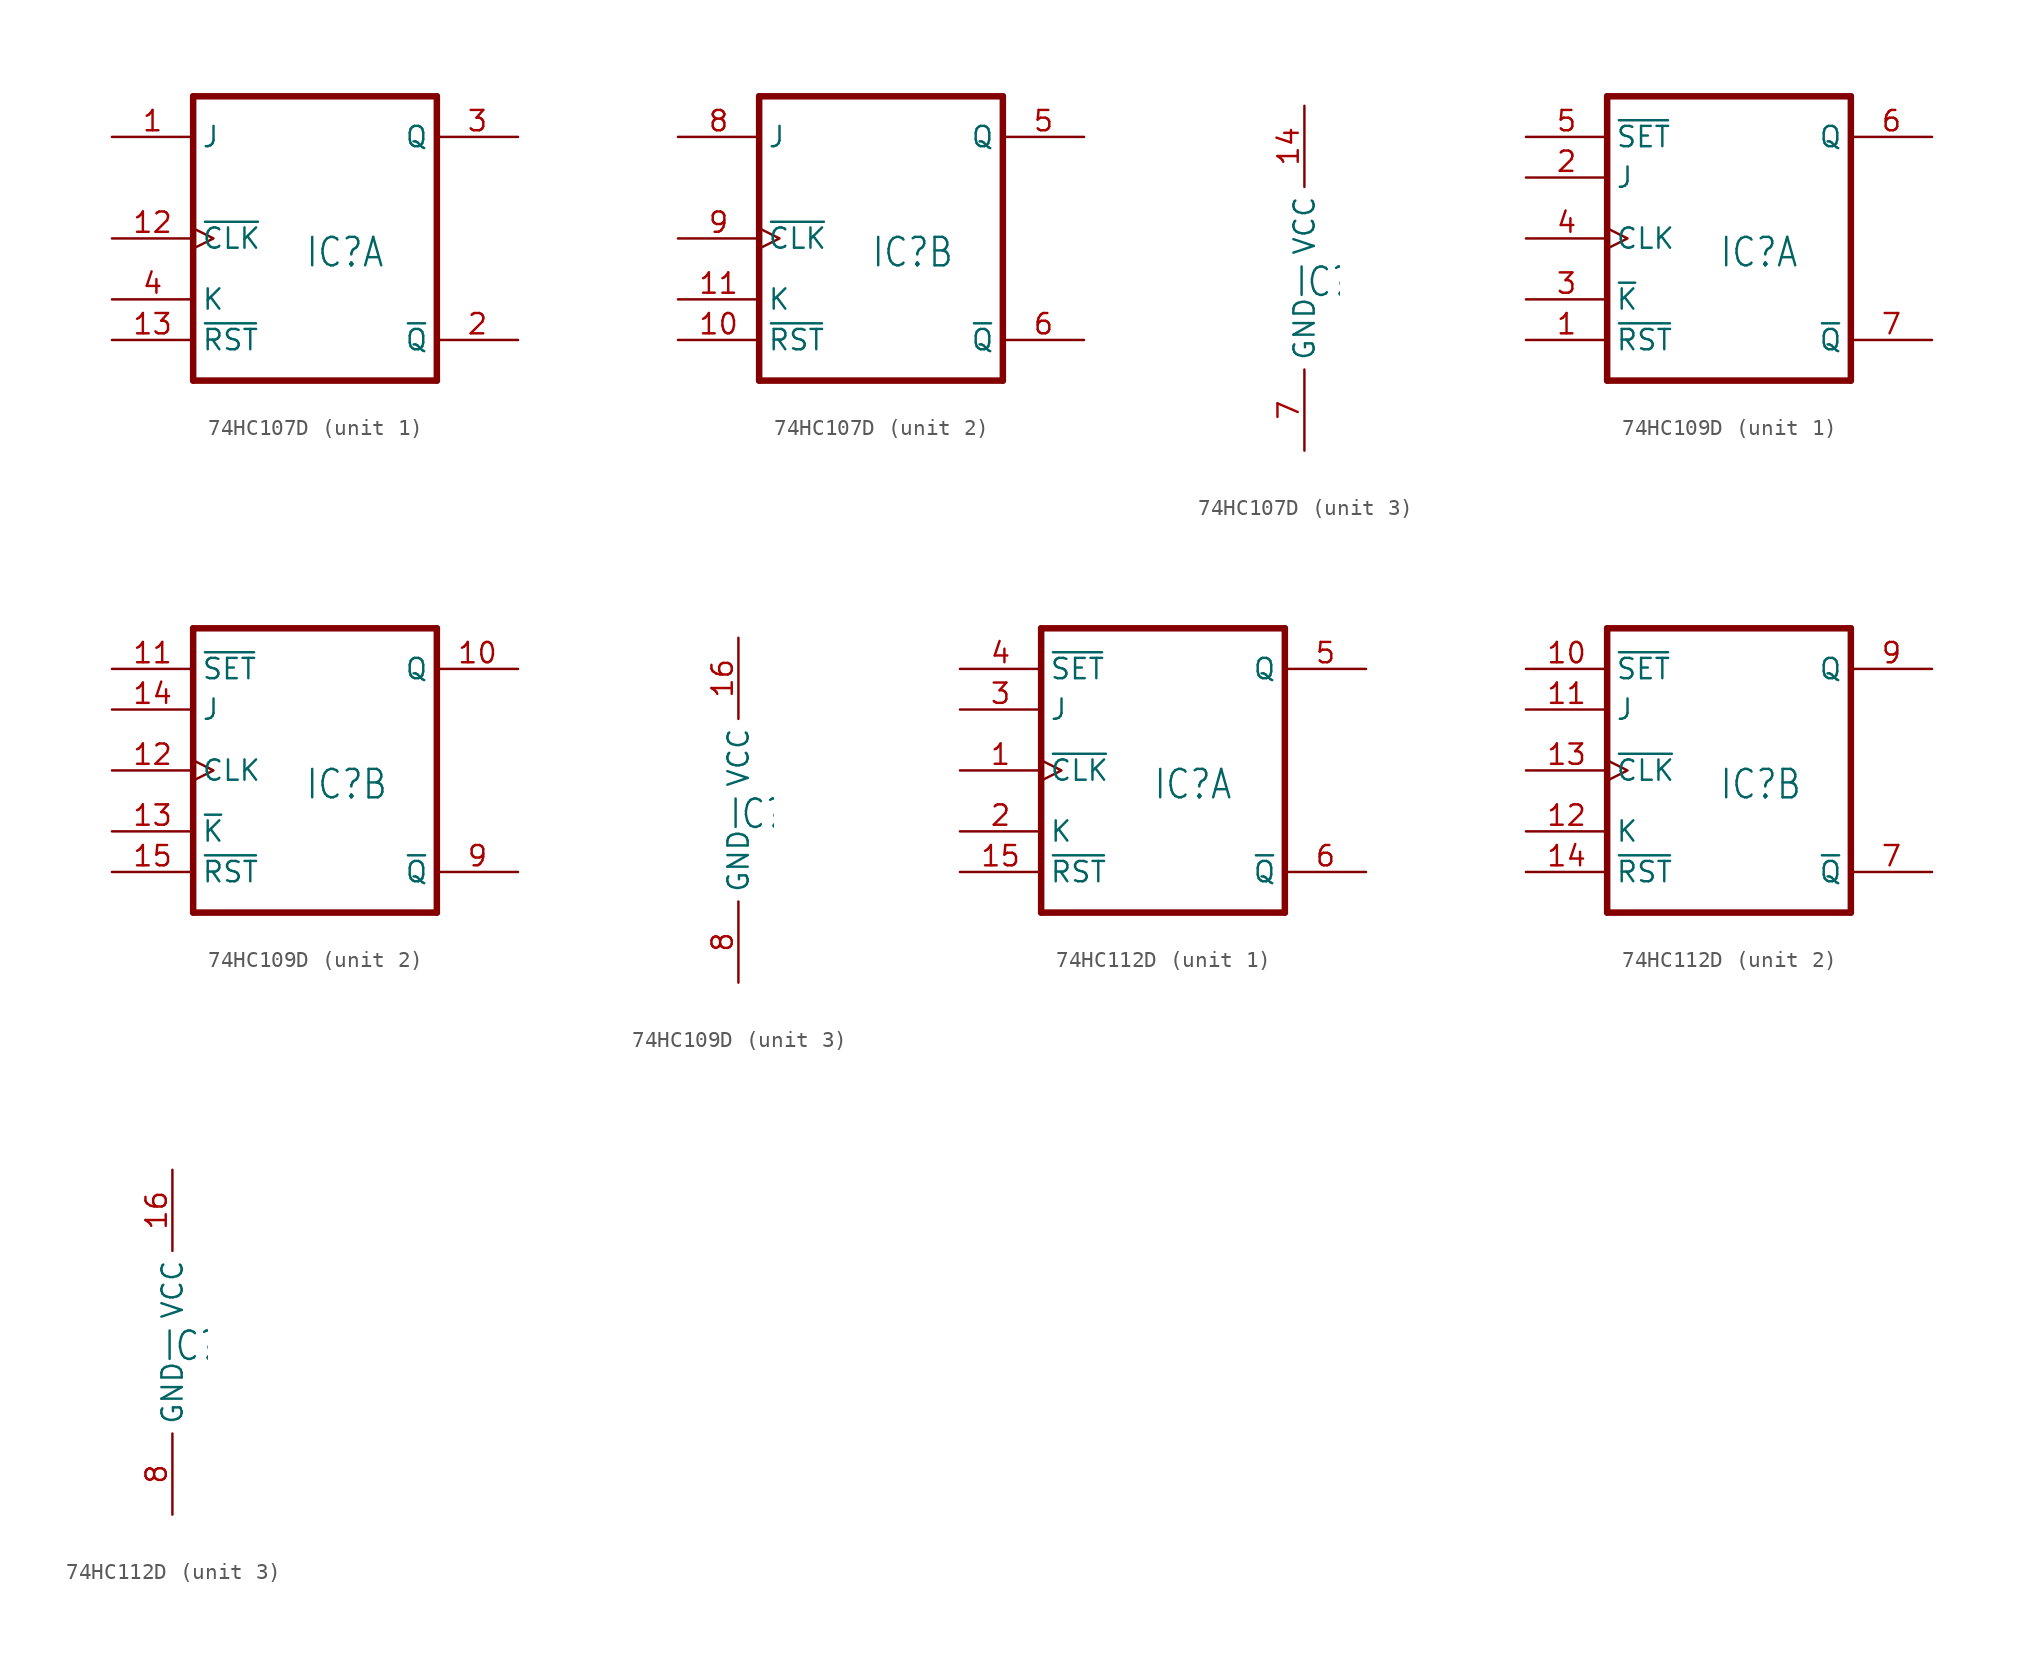
<source format=kicad_sym>
(kicad_symbol_lib
  (version 20211014)
  (generator kicad_symbol_editor)
  (symbol "74HC107D"
    (property "Reference" "IC"
      (at -0.635 -0.635 0)
      (effects (font (size 1.778 1.511)) (justify left bottom)))
    (property "ki_locked" ""
      (at 0 0 0)
      (effects (font (size 1.27 1.27))))
    (symbol "74HC107D_1_0"
      (polyline (pts (xy -7.62 -7.62) (xy 7.62 -7.62)) (stroke (width 0.406) (type default) (color 0 0 0 0)) (fill (type none)))
      (polyline (pts (xy -7.62 10.16) (xy -7.62 -7.62)) (stroke (width 0.406) (type default) (color 0 0 0 0)) (fill (type none)))
      (polyline (pts (xy 7.62 -7.62) (xy 7.62 10.16)) (stroke (width 0.406) (type default) (color 0 0 0 0)) (fill (type none)))
      (polyline (pts (xy 7.62 10.16) (xy -7.62 10.16)) (stroke (width 0.406) (type default) (color 0 0 0 0)) (fill (type none)))
      (pin input line (at -12.7 7.62 0) (length 5.08) (name "J" (effects (font (size 1.27 1.27)))) (number "1" (effects (font (size 1.27 1.27)))))
      (pin input clock (at -12.7 1.27 0) (length 5.08) (name "~{CLK}" (effects (font (size 1.27 1.27)))) (number "12" (effects (font (size 1.27 1.27)))))
      (pin input line (at -12.7 -5.08 0) (length 5.08) (name "~{RST}" (effects (font (size 1.27 1.27)))) (number "13" (effects (font (size 1.27 1.27)))))
      (pin output line (at 12.7 -5.08 180) (length 5.08) (name "~{Q}" (effects (font (size 1.27 1.27)))) (number "2" (effects (font (size 1.27 1.27)))))
      (pin output line (at 12.7 7.62 180) (length 5.08) (name "Q" (effects (font (size 1.27 1.27)))) (number "3" (effects (font (size 1.27 1.27)))))
      (pin input line (at -12.7 -2.54 0) (length 5.08) (name "K" (effects (font (size 1.27 1.27)))) (number "4" (effects (font (size 1.27 1.27))))))
    (symbol "74HC107D_2_0"
      (polyline (pts (xy -7.62 -7.62) (xy 7.62 -7.62)) (stroke (width 0.406) (type default) (color 0 0 0 0)) (fill (type none)))
      (polyline (pts (xy -7.62 10.16) (xy -7.62 -7.62)) (stroke (width 0.406) (type default) (color 0 0 0 0)) (fill (type none)))
      (polyline (pts (xy 7.62 -7.62) (xy 7.62 10.16)) (stroke (width 0.406) (type default) (color 0 0 0 0)) (fill (type none)))
      (polyline (pts (xy 7.62 10.16) (xy -7.62 10.16)) (stroke (width 0.406) (type default) (color 0 0 0 0)) (fill (type none)))
      (pin input line (at -12.7 -5.08 0) (length 5.08) (name "~{RST}" (effects (font (size 1.27 1.27)))) (number "10" (effects (font (size 1.27 1.27)))))
      (pin input line (at -12.7 -2.54 0) (length 5.08) (name "K" (effects (font (size 1.27 1.27)))) (number "11" (effects (font (size 1.27 1.27)))))
      (pin output line (at 12.7 7.62 180) (length 5.08) (name "Q" (effects (font (size 1.27 1.27)))) (number "5" (effects (font (size 1.27 1.27)))))
      (pin output line (at 12.7 -5.08 180) (length 5.08) (name "~{Q}" (effects (font (size 1.27 1.27)))) (number "6" (effects (font (size 1.27 1.27)))))
      (pin input line (at -12.7 7.62 0) (length 5.08) (name "J" (effects (font (size 1.27 1.27)))) (number "8" (effects (font (size 1.27 1.27)))))
      (pin input clock (at -12.7 1.27 0) (length 5.08) (name "~{CLK}" (effects (font (size 1.27 1.27)))) (number "9" (effects (font (size 1.27 1.27))))))
    (symbol "74HC107D_3_0"
      (pin power_in line (at 0 11.43 270) (length 5.08) (name "VCC" (effects (font (size 1.27 1.27)))) (number "14" (effects (font (size 1.27 1.27)))))
      (pin power_in line (at 0 -10.16 90) (length 5.08) (name "GND" (effects (font (size 1.27 1.27)))) (number "7" (effects (font (size 1.27 1.27)))))))
  (symbol "74HC109D"
    (property "Reference" "IC"
      (at -0.635 -0.635 0)
      (effects (font (size 1.778 1.511)) (justify left bottom)))
    (property "ki_locked" ""
      (at 0 0 0)
      (effects (font (size 1.27 1.27))))
    (symbol "74HC109D_1_0"
      (polyline (pts (xy -7.62 -7.62) (xy 7.62 -7.62)) (stroke (width 0.406) (type default) (color 0 0 0 0)) (fill (type none)))
      (polyline (pts (xy -7.62 10.16) (xy -7.62 -7.62)) (stroke (width 0.406) (type default) (color 0 0 0 0)) (fill (type none)))
      (polyline (pts (xy 7.62 -7.62) (xy 7.62 10.16)) (stroke (width 0.406) (type default) (color 0 0 0 0)) (fill (type none)))
      (polyline (pts (xy 7.62 10.16) (xy -7.62 10.16)) (stroke (width 0.406) (type default) (color 0 0 0 0)) (fill (type none)))
      (pin input line (at -12.7 -5.08 0) (length 5.08) (name "~{RST}" (effects (font (size 1.27 1.27)))) (number "1" (effects (font (size 1.27 1.27)))))
      (pin input line (at -12.7 5.08 0) (length 5.08) (name "J" (effects (font (size 1.27 1.27)))) (number "2" (effects (font (size 1.27 1.27)))))
      (pin input line (at -12.7 -2.54 0) (length 5.08) (name "~{K}" (effects (font (size 1.27 1.27)))) (number "3" (effects (font (size 1.27 1.27)))))
      (pin input clock (at -12.7 1.27 0) (length 5.08) (name "CLK" (effects (font (size 1.27 1.27)))) (number "4" (effects (font (size 1.27 1.27)))))
      (pin input line (at -12.7 7.62 0) (length 5.08) (name "~{SET}" (effects (font (size 1.27 1.27)))) (number "5" (effects (font (size 1.27 1.27)))))
      (pin output line (at 12.7 7.62 180) (length 5.08) (name "Q" (effects (font (size 1.27 1.27)))) (number "6" (effects (font (size 1.27 1.27)))))
      (pin output line (at 12.7 -5.08 180) (length 5.08) (name "~{Q}" (effects (font (size 1.27 1.27)))) (number "7" (effects (font (size 1.27 1.27))))))
    (symbol "74HC109D_2_0"
      (polyline (pts (xy -7.62 -7.62) (xy 7.62 -7.62)) (stroke (width 0.406) (type default) (color 0 0 0 0)) (fill (type none)))
      (polyline (pts (xy -7.62 10.16) (xy -7.62 -7.62)) (stroke (width 0.406) (type default) (color 0 0 0 0)) (fill (type none)))
      (polyline (pts (xy 7.62 -7.62) (xy 7.62 10.16)) (stroke (width 0.406) (type default) (color 0 0 0 0)) (fill (type none)))
      (polyline (pts (xy 7.62 10.16) (xy -7.62 10.16)) (stroke (width 0.406) (type default) (color 0 0 0 0)) (fill (type none)))
      (pin output line (at 12.7 7.62 180) (length 5.08) (name "Q" (effects (font (size 1.27 1.27)))) (number "10" (effects (font (size 1.27 1.27)))))
      (pin input line (at -12.7 7.62 0) (length 5.08) (name "~{SET}" (effects (font (size 1.27 1.27)))) (number "11" (effects (font (size 1.27 1.27)))))
      (pin input clock (at -12.7 1.27 0) (length 5.08) (name "CLK" (effects (font (size 1.27 1.27)))) (number "12" (effects (font (size 1.27 1.27)))))
      (pin input line (at -12.7 -2.54 0) (length 5.08) (name "~{K}" (effects (font (size 1.27 1.27)))) (number "13" (effects (font (size 1.27 1.27)))))
      (pin input line (at -12.7 5.08 0) (length 5.08) (name "J" (effects (font (size 1.27 1.27)))) (number "14" (effects (font (size 1.27 1.27)))))
      (pin input line (at -12.7 -5.08 0) (length 5.08) (name "~{RST}" (effects (font (size 1.27 1.27)))) (number "15" (effects (font (size 1.27 1.27)))))
      (pin output line (at 12.7 -5.08 180) (length 5.08) (name "~{Q}" (effects (font (size 1.27 1.27)))) (number "9" (effects (font (size 1.27 1.27))))))
    (symbol "74HC109D_3_0"
      (pin power_in line (at 0 11.43 270) (length 5.08) (name "VCC" (effects (font (size 1.27 1.27)))) (number "16" (effects (font (size 1.27 1.27)))))
      (pin power_in line (at 0 -10.16 90) (length 5.08) (name "GND" (effects (font (size 1.27 1.27)))) (number "8" (effects (font (size 1.27 1.27)))))))
  (symbol "74HC112D"
    (property "Reference" "IC"
      (at -0.635 -0.635 0)
      (effects (font (size 1.778 1.511)) (justify left bottom)))
    (property "ki_locked" ""
      (at 0 0 0)
      (effects (font (size 1.27 1.27))))
    (symbol "74HC112D_1_0"
      (polyline (pts (xy -7.62 -7.62) (xy 7.62 -7.62)) (stroke (width 0.406) (type default) (color 0 0 0 0)) (fill (type none)))
      (polyline (pts (xy -7.62 10.16) (xy -7.62 -7.62)) (stroke (width 0.406) (type default) (color 0 0 0 0)) (fill (type none)))
      (polyline (pts (xy 7.62 -7.62) (xy 7.62 10.16)) (stroke (width 0.406) (type default) (color 0 0 0 0)) (fill (type none)))
      (polyline (pts (xy 7.62 10.16) (xy -7.62 10.16)) (stroke (width 0.406) (type default) (color 0 0 0 0)) (fill (type none)))
      (pin input clock (at -12.7 1.27 0) (length 5.08) (name "~{CLK}" (effects (font (size 1.27 1.27)))) (number "1" (effects (font (size 1.27 1.27)))))
      (pin input line (at -12.7 -5.08 0) (length 5.08) (name "~{RST}" (effects (font (size 1.27 1.27)))) (number "15" (effects (font (size 1.27 1.27)))))
      (pin input line (at -12.7 -2.54 0) (length 5.08) (name "K" (effects (font (size 1.27 1.27)))) (number "2" (effects (font (size 1.27 1.27)))))
      (pin input line (at -12.7 5.08 0) (length 5.08) (name "J" (effects (font (size 1.27 1.27)))) (number "3" (effects (font (size 1.27 1.27)))))
      (pin input line (at -12.7 7.62 0) (length 5.08) (name "~{SET}" (effects (font (size 1.27 1.27)))) (number "4" (effects (font (size 1.27 1.27)))))
      (pin output line (at 12.7 7.62 180) (length 5.08) (name "Q" (effects (font (size 1.27 1.27)))) (number "5" (effects (font (size 1.27 1.27)))))
      (pin output line (at 12.7 -5.08 180) (length 5.08) (name "~{Q}" (effects (font (size 1.27 1.27)))) (number "6" (effects (font (size 1.27 1.27))))))
    (symbol "74HC112D_2_0"
      (polyline (pts (xy -7.62 -7.62) (xy 7.62 -7.62)) (stroke (width 0.406) (type default) (color 0 0 0 0)) (fill (type none)))
      (polyline (pts (xy -7.62 10.16) (xy -7.62 -7.62)) (stroke (width 0.406) (type default) (color 0 0 0 0)) (fill (type none)))
      (polyline (pts (xy 7.62 -7.62) (xy 7.62 10.16)) (stroke (width 0.406) (type default) (color 0 0 0 0)) (fill (type none)))
      (polyline (pts (xy 7.62 10.16) (xy -7.62 10.16)) (stroke (width 0.406) (type default) (color 0 0 0 0)) (fill (type none)))
      (pin input line (at -12.7 7.62 0) (length 5.08) (name "~{SET}" (effects (font (size 1.27 1.27)))) (number "10" (effects (font (size 1.27 1.27)))))
      (pin input line (at -12.7 5.08 0) (length 5.08) (name "J" (effects (font (size 1.27 1.27)))) (number "11" (effects (font (size 1.27 1.27)))))
      (pin input line (at -12.7 -2.54 0) (length 5.08) (name "K" (effects (font (size 1.27 1.27)))) (number "12" (effects (font (size 1.27 1.27)))))
      (pin input clock (at -12.7 1.27 0) (length 5.08) (name "~{CLK}" (effects (font (size 1.27 1.27)))) (number "13" (effects (font (size 1.27 1.27)))))
      (pin input line (at -12.7 -5.08 0) (length 5.08) (name "~{RST}" (effects (font (size 1.27 1.27)))) (number "14" (effects (font (size 1.27 1.27)))))
      (pin output line (at 12.7 -5.08 180) (length 5.08) (name "~{Q}" (effects (font (size 1.27 1.27)))) (number "7" (effects (font (size 1.27 1.27)))))
      (pin output line (at 12.7 7.62 180) (length 5.08) (name "Q" (effects (font (size 1.27 1.27)))) (number "9" (effects (font (size 1.27 1.27))))))
    (symbol "74HC112D_3_0"
      (pin power_in line (at 0 11.43 270) (length 5.08) (name "VCC" (effects (font (size 1.27 1.27)))) (number "16" (effects (font (size 1.27 1.27)))))
      (pin power_in line (at 0 -10.16 90) (length 5.08) (name "GND" (effects (font (size 1.27 1.27)))) (number "8" (effects (font (size 1.27 1.27))))))))
</source>
